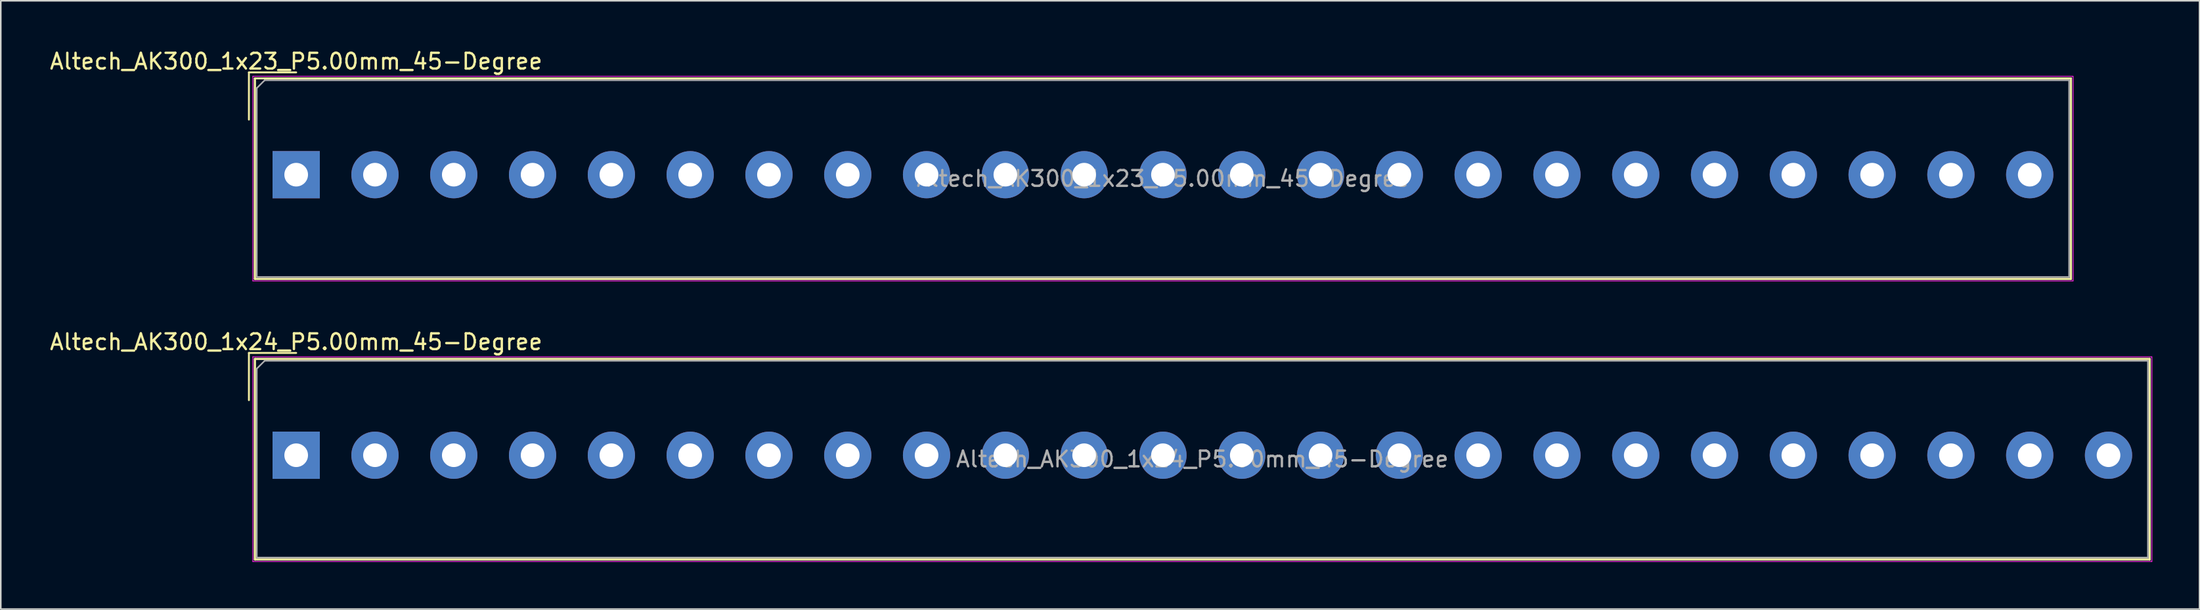
<source format=kicad_pcb>
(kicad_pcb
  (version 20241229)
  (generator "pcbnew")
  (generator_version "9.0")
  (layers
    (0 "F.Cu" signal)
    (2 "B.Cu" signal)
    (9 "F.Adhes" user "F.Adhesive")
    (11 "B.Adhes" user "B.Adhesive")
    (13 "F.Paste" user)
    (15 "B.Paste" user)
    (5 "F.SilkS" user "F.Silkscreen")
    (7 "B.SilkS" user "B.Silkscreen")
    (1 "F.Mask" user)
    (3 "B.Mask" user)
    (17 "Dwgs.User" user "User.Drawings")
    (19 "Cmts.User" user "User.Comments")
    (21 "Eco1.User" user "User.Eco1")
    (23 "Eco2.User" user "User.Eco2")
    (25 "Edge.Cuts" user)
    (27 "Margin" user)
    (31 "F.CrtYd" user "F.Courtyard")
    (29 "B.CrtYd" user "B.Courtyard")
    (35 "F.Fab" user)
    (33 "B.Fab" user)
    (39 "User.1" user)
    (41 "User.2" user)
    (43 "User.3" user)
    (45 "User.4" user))
  (footprint "Altech_AK300_1x24_P5.00mm_45-Degree"
    (layer "F.Cu")
    (at 15.744 25.872)
    (property "Reference" "Altech_AK300_1x24_P5.00mm_45-Degree" (at 0 -7.2 0) (layer "F.SilkS") (effects (font (size 1 1) (thickness 0.15))))
    (attr through_hole)
    (fp_line (start -3 -6.5) (end 0 -6.5) (stroke (width 0.12) (type solid)) (layer "F.SilkS"))
    (fp_line (start -3 -3.5) (end -3 -6.5) (stroke (width 0.12) (type solid)) (layer "F.SilkS"))
    (fp_line (start -2.62 -6.12) (end -2.62 6.62) (stroke (width 0.12) (type solid)) (layer "F.SilkS"))
    (fp_line (start -2.62 -6.12) (end -2.62 6.62) (stroke (width 0.12) (type solid)) (layer "F.SilkS"))
    (fp_line (start -2.62 -6.12) (end 117.62 -6.12) (stroke (width 0.12) (type solid)) (layer "F.SilkS"))
    (fp_line (start -2.62 -6.12) (end 117.62 -6.12) (stroke (width 0.12) (type solid)) (layer "F.SilkS"))
    (fp_line (start -2.62 6.62) (end 117.62 6.62) (stroke (width 0.12) (type solid)) (layer "F.SilkS"))
    (fp_line (start -2.62 6.62) (end 117.62 6.62) (stroke (width 0.12) (type solid)) (layer "F.SilkS"))
    (fp_line (start 117.62 -6.12) (end 117.62 6.62) (stroke (width 0.12) (type solid)) (layer "F.SilkS"))
    (fp_line (start 117.62 -6.12) (end 117.62 6.62) (stroke (width 0.12) (type solid)) (layer "F.SilkS"))
    (fp_line (start -2.75 -6.25) (end -2.75 6.75) (stroke (width 0.05) (type solid)) (layer "F.CrtYd"))
    (fp_line (start -2.75 -6.25) (end 117.75 -6.25) (stroke (width 0.05) (type solid)) (layer "F.CrtYd"))
    (fp_line (start -2.75 6.75) (end 117.75 6.75) (stroke (width 0.05) (type solid)) (layer "F.CrtYd"))
    (fp_line (start 117.75 -6.25) (end 117.75 6.75) (stroke (width 0.05) (type solid)) (layer "F.CrtYd"))
    (fp_line (start -2.5 -5.5) (end -2 -6) (stroke (width 0.1) (type solid)) (layer "F.Fab"))
    (fp_line (start -2.5 6.5) (end -2.5 -5.5) (stroke (width 0.1) (type solid)) (layer "F.Fab"))
    (fp_line (start -2 -6) (end 117.5 -6) (stroke (width 0.1) (type solid)) (layer "F.Fab"))
    (fp_line (start 117.5 -6) (end 117.5 6.5) (stroke (width 0.1) (type solid)) (layer "F.Fab"))
    (fp_line (start 117.5 6.5) (end -2.5 6.5) (stroke (width 0.1) (type solid)) (layer "F.Fab"))
    (fp_text user "${REFERENCE}" (at 57.5 0.25 0) (layer "F.Fab") (effects (font (size 1 1) (thickness 0.15))))
    (pad "1" thru_hole rect (at 0 0) (size 3 3) (drill 1.5) (layers "*.Cu" "*.Mask"))
    (pad "2" thru_hole circle (at 5 0) (size 3 3) (drill 1.5) (layers "*.Cu" "*.Mask"))
    (pad "3" thru_hole circle (at 10 0) (size 3 3) (drill 1.5) (layers "*.Cu" "*.Mask"))
    (pad "4" thru_hole circle (at 15 0) (size 3 3) (drill 1.5) (layers "*.Cu" "*.Mask"))
    (pad "5" thru_hole circle (at 20 0) (size 3 3) (drill 1.5) (layers "*.Cu" "*.Mask"))
    (pad "6" thru_hole circle (at 25 0) (size 3 3) (drill 1.5) (layers "*.Cu" "*.Mask"))
    (pad "7" thru_hole circle (at 30 0) (size 3 3) (drill 1.5) (layers "*.Cu" "*.Mask"))
    (pad "8" thru_hole circle (at 35 0) (size 3 3) (drill 1.5) (layers "*.Cu" "*.Mask"))
    (pad "9" thru_hole circle (at 40 0) (size 3 3) (drill 1.5) (layers "*.Cu" "*.Mask"))
    (pad "10" thru_hole circle (at 45 0) (size 3 3) (drill 1.5) (layers "*.Cu" "*.Mask"))
    (pad "11" thru_hole circle (at 50 0) (size 3 3) (drill 1.5) (layers "*.Cu" "*.Mask"))
    (pad "12" thru_hole circle (at 55 0) (size 3 3) (drill 1.5) (layers "*.Cu" "*.Mask"))
    (pad "13" thru_hole circle (at 60 0) (size 3 3) (drill 1.5) (layers "*.Cu" "*.Mask"))
    (pad "14" thru_hole circle (at 65 0) (size 3 3) (drill 1.5) (layers "*.Cu" "*.Mask"))
    (pad "15" thru_hole circle (at 70 0) (size 3 3) (drill 1.5) (layers "*.Cu" "*.Mask"))
    (pad "16" thru_hole circle (at 75 0) (size 3 3) (drill 1.5) (layers "*.Cu" "*.Mask"))
    (pad "17" thru_hole circle (at 80 0) (size 3 3) (drill 1.5) (layers "*.Cu" "*.Mask"))
    (pad "18" thru_hole circle (at 85 0) (size 3 3) (drill 1.5) (layers "*.Cu" "*.Mask"))
    (pad "19" thru_hole circle (at 90 0) (size 3 3) (drill 1.5) (layers "*.Cu" "*.Mask"))
    (pad "20" thru_hole circle (at 95 0) (size 3 3) (drill 1.5) (layers "*.Cu" "*.Mask"))
    (pad "21" thru_hole circle (at 100 0) (size 3 3) (drill 1.5) (layers "*.Cu" "*.Mask"))
    (pad "22" thru_hole circle (at 105 0) (size 3 3) (drill 1.5) (layers "*.Cu" "*.Mask"))
    (pad "23" thru_hole circle (at 110 0) (size 3 3) (drill 1.5) (layers "*.Cu" "*.Mask"))
    (pad "24" thru_hole circle (at 115 0) (size 3 3) (drill 1.5) (layers "*.Cu" "*.Mask")))
  (footprint "Altech_AK300_1x23_P5.00mm_45-Degree"
    (layer "F.Cu")
    (at 15.744 8.048)
    (property "Reference" "Altech_AK300_1x23_P5.00mm_45-Degree" (at 0 -7.2 0) (layer "F.SilkS") (effects (font (size 1 1) (thickness 0.15))))
    (attr through_hole)
    (fp_line (start -3 -6.5) (end 0 -6.5) (stroke (width 0.12) (type solid)) (layer "F.SilkS"))
    (fp_line (start -3 -3.5) (end -3 -6.5) (stroke (width 0.12) (type solid)) (layer "F.SilkS"))
    (fp_line (start -2.62 -6.12) (end -2.62 6.62) (stroke (width 0.12) (type solid)) (layer "F.SilkS"))
    (fp_line (start -2.62 -6.12) (end -2.62 6.62) (stroke (width 0.12) (type solid)) (layer "F.SilkS"))
    (fp_line (start -2.62 -6.12) (end 112.62 -6.12) (stroke (width 0.12) (type solid)) (layer "F.SilkS"))
    (fp_line (start -2.62 -6.12) (end 112.62 -6.12) (stroke (width 0.12) (type solid)) (layer "F.SilkS"))
    (fp_line (start -2.62 6.62) (end 112.62 6.62) (stroke (width 0.12) (type solid)) (layer "F.SilkS"))
    (fp_line (start -2.62 6.62) (end 112.62 6.62) (stroke (width 0.12) (type solid)) (layer "F.SilkS"))
    (fp_line (start 112.62 -6.12) (end 112.62 6.62) (stroke (width 0.12) (type solid)) (layer "F.SilkS"))
    (fp_line (start 112.62 -6.12) (end 112.62 6.62) (stroke (width 0.12) (type solid)) (layer "F.SilkS"))
    (fp_line (start -2.75 -6.25) (end -2.75 6.75) (stroke (width 0.05) (type solid)) (layer "F.CrtYd"))
    (fp_line (start -2.75 -6.25) (end 112.75 -6.25) (stroke (width 0.05) (type solid)) (layer "F.CrtYd"))
    (fp_line (start -2.75 6.75) (end 112.75 6.75) (stroke (width 0.05) (type solid)) (layer "F.CrtYd"))
    (fp_line (start 112.75 -6.25) (end 112.75 6.75) (stroke (width 0.05) (type solid)) (layer "F.CrtYd"))
    (fp_line (start -2.5 -5.5) (end -2 -6) (stroke (width 0.1) (type solid)) (layer "F.Fab"))
    (fp_line (start -2.5 6.5) (end -2.5 -5.5) (stroke (width 0.1) (type solid)) (layer "F.Fab"))
    (fp_line (start -2 -6) (end 112.5 -6) (stroke (width 0.1) (type solid)) (layer "F.Fab"))
    (fp_line (start 112.5 -6) (end 112.5 6.5) (stroke (width 0.1) (type solid)) (layer "F.Fab"))
    (fp_line (start 112.5 6.5) (end -2.5 6.5) (stroke (width 0.1) (type solid)) (layer "F.Fab"))
    (fp_text user "${REFERENCE}" (at 55 0.25 0) (layer "F.Fab") (effects (font (size 1 1) (thickness 0.15))))
    (pad "1" thru_hole rect (at 0 0) (size 3 3) (drill 1.5) (layers "*.Cu" "*.Mask"))
    (pad "2" thru_hole circle (at 5 0) (size 3 3) (drill 1.5) (layers "*.Cu" "*.Mask"))
    (pad "3" thru_hole circle (at 10 0) (size 3 3) (drill 1.5) (layers "*.Cu" "*.Mask"))
    (pad "4" thru_hole circle (at 15 0) (size 3 3) (drill 1.5) (layers "*.Cu" "*.Mask"))
    (pad "5" thru_hole circle (at 20 0) (size 3 3) (drill 1.5) (layers "*.Cu" "*.Mask"))
    (pad "6" thru_hole circle (at 25 0) (size 3 3) (drill 1.5) (layers "*.Cu" "*.Mask"))
    (pad "7" thru_hole circle (at 30 0) (size 3 3) (drill 1.5) (layers "*.Cu" "*.Mask"))
    (pad "8" thru_hole circle (at 35 0) (size 3 3) (drill 1.5) (layers "*.Cu" "*.Mask"))
    (pad "9" thru_hole circle (at 40 0) (size 3 3) (drill 1.5) (layers "*.Cu" "*.Mask"))
    (pad "10" thru_hole circle (at 45 0) (size 3 3) (drill 1.5) (layers "*.Cu" "*.Mask"))
    (pad "11" thru_hole circle (at 50 0) (size 3 3) (drill 1.5) (layers "*.Cu" "*.Mask"))
    (pad "12" thru_hole circle (at 55 0) (size 3 3) (drill 1.5) (layers "*.Cu" "*.Mask"))
    (pad "13" thru_hole circle (at 60 0) (size 3 3) (drill 1.5) (layers "*.Cu" "*.Mask"))
    (pad "14" thru_hole circle (at 65 0) (size 3 3) (drill 1.5) (layers "*.Cu" "*.Mask"))
    (pad "15" thru_hole circle (at 70 0) (size 3 3) (drill 1.5) (layers "*.Cu" "*.Mask"))
    (pad "16" thru_hole circle (at 75 0) (size 3 3) (drill 1.5) (layers "*.Cu" "*.Mask"))
    (pad "17" thru_hole circle (at 80 0) (size 3 3) (drill 1.5) (layers "*.Cu" "*.Mask"))
    (pad "18" thru_hole circle (at 85 0) (size 3 3) (drill 1.5) (layers "*.Cu" "*.Mask"))
    (pad "19" thru_hole circle (at 90 0) (size 3 3) (drill 1.5) (layers "*.Cu" "*.Mask"))
    (pad "20" thru_hole circle (at 95 0) (size 3 3) (drill 1.5) (layers "*.Cu" "*.Mask"))
    (pad "21" thru_hole circle (at 100 0) (size 3 3) (drill 1.5) (layers "*.Cu" "*.Mask"))
    (pad "22" thru_hole circle (at 105 0) (size 3 3) (drill 1.5) (layers "*.Cu" "*.Mask"))
    (pad "23" thru_hole circle (at 110 0) (size 3 3) (drill 1.5) (layers "*.Cu" "*.Mask")))
  (gr_rect
    (start -3 -3)
    (end 136.519 35.647)
    (stroke (width 0.1) (type default))
    (fill no)
    (layer "Edge.Cuts")))
</source>
